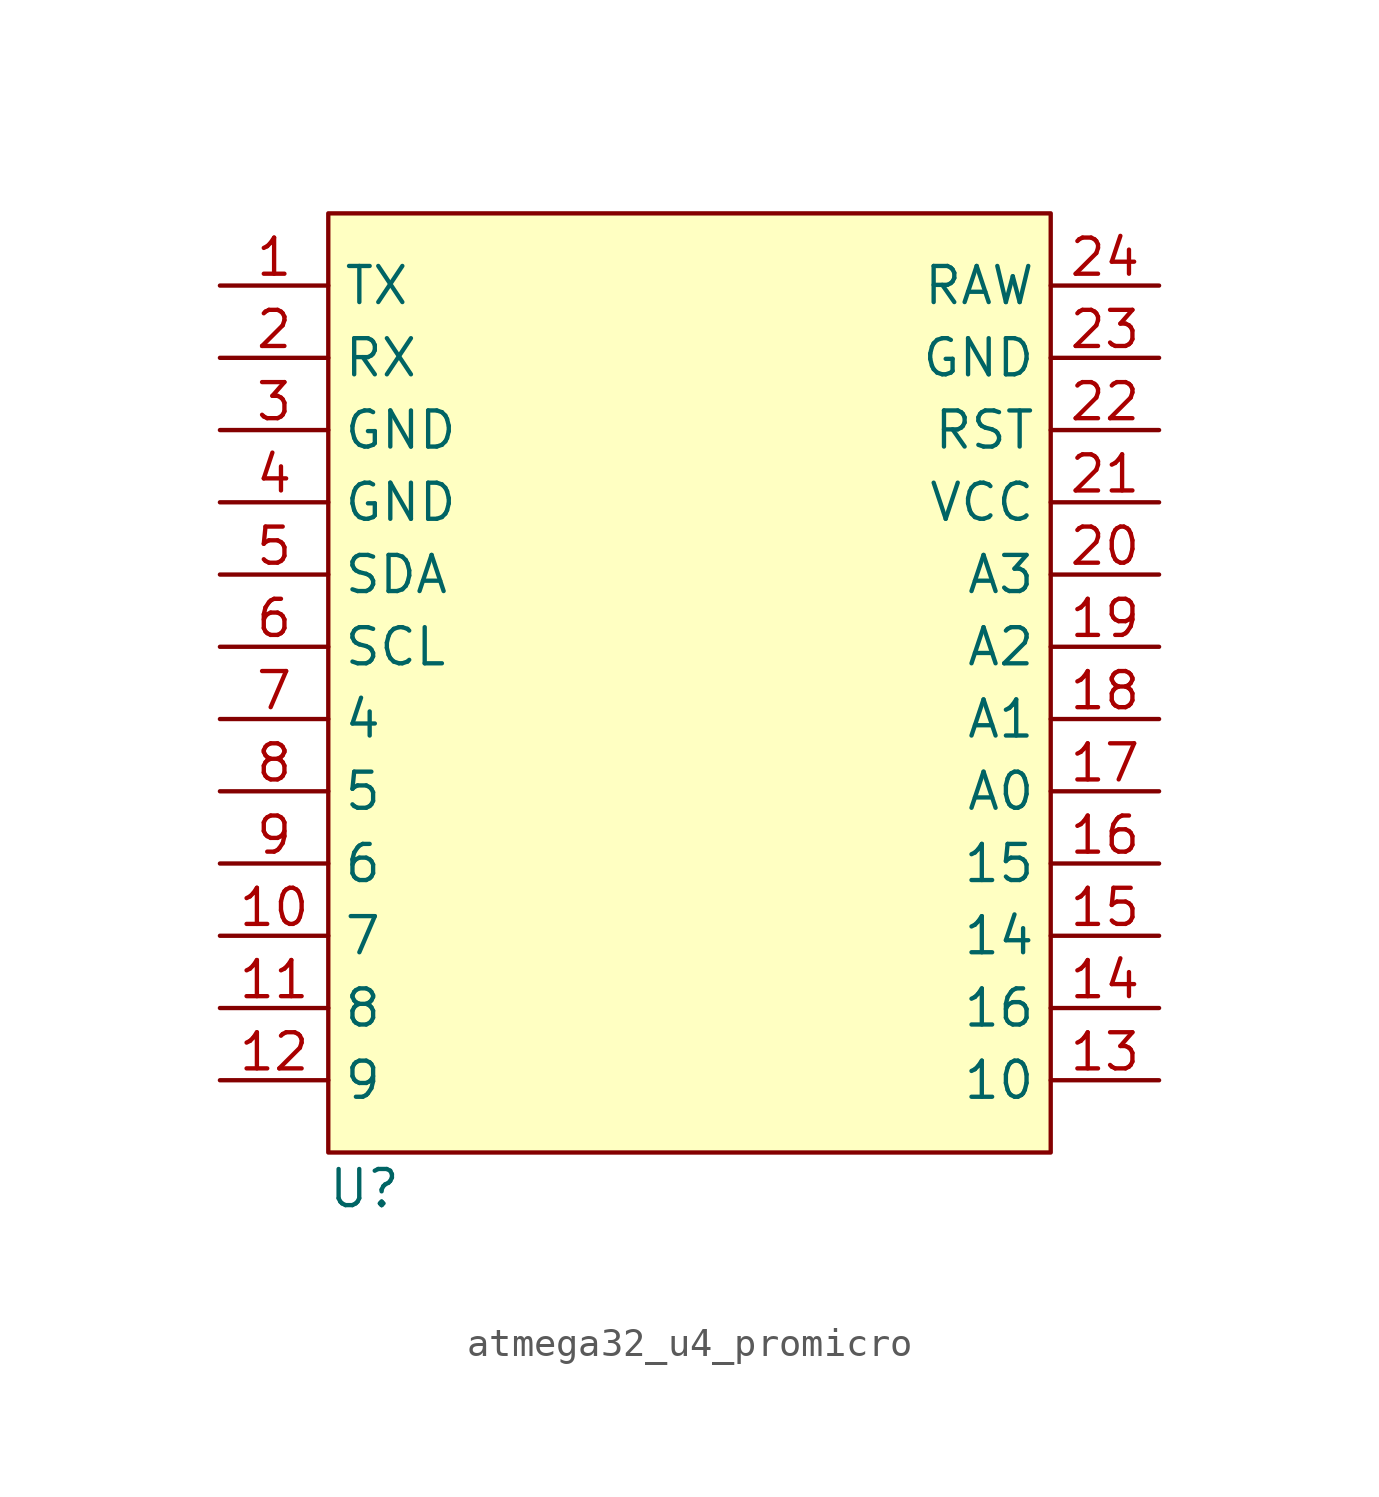
<source format=kicad_sym>
(kicad_symbol_lib
  (version 20241209)
  (generator "kicad_symbol_editor")
  (generator_version "9.0")
  (symbol "atmega32_u4_promicro"
    (property "Reference" "U"
      (at 1.27 -1.27 0)
      (effects (font (size 1.27 1.27))))
    (property "Value" ""
      (at 0 0 0)
      (effects (font (size 1.27 1.27))))
    (symbol "atmega32_u4_promicro_1_1"
      (rectangle (start 0 33.02) (end 25.4 0) (stroke (width 0) (type solid)) (fill (type color) (color 255 255 194 1)))
      (pin bidirectional line (at -3.81 30.48 0) (length 3.81) (name "TX" (effects (font (size 1.27 1.27)))) (number "1" (effects (font (size 1.27 1.27)))))
      (pin bidirectional line (at -3.81 27.94 0) (length 3.81) (name "RX" (effects (font (size 1.27 1.27)))) (number "2" (effects (font (size 1.27 1.27)))))
      (pin power_in line (at -3.81 25.4 0) (length 3.81) (name "GND" (effects (font (size 1.27 1.27)))) (number "3" (effects (font (size 1.27 1.27)))))
      (pin power_in line (at -3.81 22.86 0) (length 3.81) (name "GND" (effects (font (size 1.27 1.27)))) (number "4" (effects (font (size 1.27 1.27)))))
      (pin bidirectional line (at -3.81 20.32 0) (length 3.81) (name "SDA" (effects (font (size 1.27 1.27)))) (number "5" (effects (font (size 1.27 1.27)))))
      (pin bidirectional line (at -3.81 17.78 0) (length 3.81) (name "SCL" (effects (font (size 1.27 1.27)))) (number "6" (effects (font (size 1.27 1.27)))))
      (pin bidirectional line (at -3.81 15.24 0) (length 3.81) (name "4" (effects (font (size 1.27 1.27)))) (number "7" (effects (font (size 1.27 1.27)))))
      (pin bidirectional line (at -3.81 12.7 0) (length 3.81) (name "5" (effects (font (size 1.27 1.27)))) (number "8" (effects (font (size 1.27 1.27)))))
      (pin bidirectional line (at -3.81 10.16 0) (length 3.81) (name "6" (effects (font (size 1.27 1.27)))) (number "9" (effects (font (size 1.27 1.27)))))
      (pin bidirectional line (at -3.81 7.62 0) (length 3.81) (name "7" (effects (font (size 1.27 1.27)))) (number "10" (effects (font (size 1.27 1.27)))))
      (pin bidirectional line (at -3.81 5.08 0) (length 3.81) (name "8" (effects (font (size 1.27 1.27)))) (number "11" (effects (font (size 1.27 1.27)))))
      (pin bidirectional line (at -3.81 2.54 0) (length 3.81) (name "9" (effects (font (size 1.27 1.27)))) (number "12" (effects (font (size 1.27 1.27)))))
      (pin power_in line (at 29.21 30.48 180) (length 3.81) (name "RAW" (effects (font (size 1.27 1.27)))) (number "24" (effects (font (size 1.27 1.27)))))
      (pin power_in line (at 29.21 27.94 180) (length 3.81) (name "GND" (effects (font (size 1.27 1.27)))) (number "23" (effects (font (size 1.27 1.27)))))
      (pin input line (at 29.21 25.4 180) (length 3.81) (name "RST" (effects (font (size 1.27 1.27)))) (number "22" (effects (font (size 1.27 1.27)))))
      (pin power_in line (at 29.21 22.86 180) (length 3.81) (name "VCC" (effects (font (size 1.27 1.27)))) (number "21" (effects (font (size 1.27 1.27)))))
      (pin bidirectional line (at 29.21 20.32 180) (length 3.81) (name "A3" (effects (font (size 1.27 1.27)))) (number "20" (effects (font (size 1.27 1.27)))))
      (pin bidirectional line (at 29.21 17.78 180) (length 3.81) (name "A2" (effects (font (size 1.27 1.27)))) (number "19" (effects (font (size 1.27 1.27)))))
      (pin bidirectional line (at 29.21 15.24 180) (length 3.81) (name "A1" (effects (font (size 1.27 1.27)))) (number "18" (effects (font (size 1.27 1.27)))))
      (pin bidirectional line (at 29.21 12.7 180) (length 3.81) (name "A0" (effects (font (size 1.27 1.27)))) (number "17" (effects (font (size 1.27 1.27)))))
      (pin bidirectional line (at 29.21 10.16 180) (length 3.81) (name "15" (effects (font (size 1.27 1.27)))) (number "16" (effects (font (size 1.27 1.27)))))
      (pin bidirectional line (at 29.21 7.62 180) (length 3.81) (name "14" (effects (font (size 1.27 1.27)))) (number "15" (effects (font (size 1.27 1.27)))))
      (pin bidirectional line (at 29.21 5.08 180) (length 3.81) (name "16" (effects (font (size 1.27 1.27)))) (number "14" (effects (font (size 1.27 1.27)))))
      (pin bidirectional line (at 29.21 2.54 180) (length 3.81) (name "10" (effects (font (size 1.27 1.27)))) (number "13" (effects (font (size 1.27 1.27))))))))
</source>
